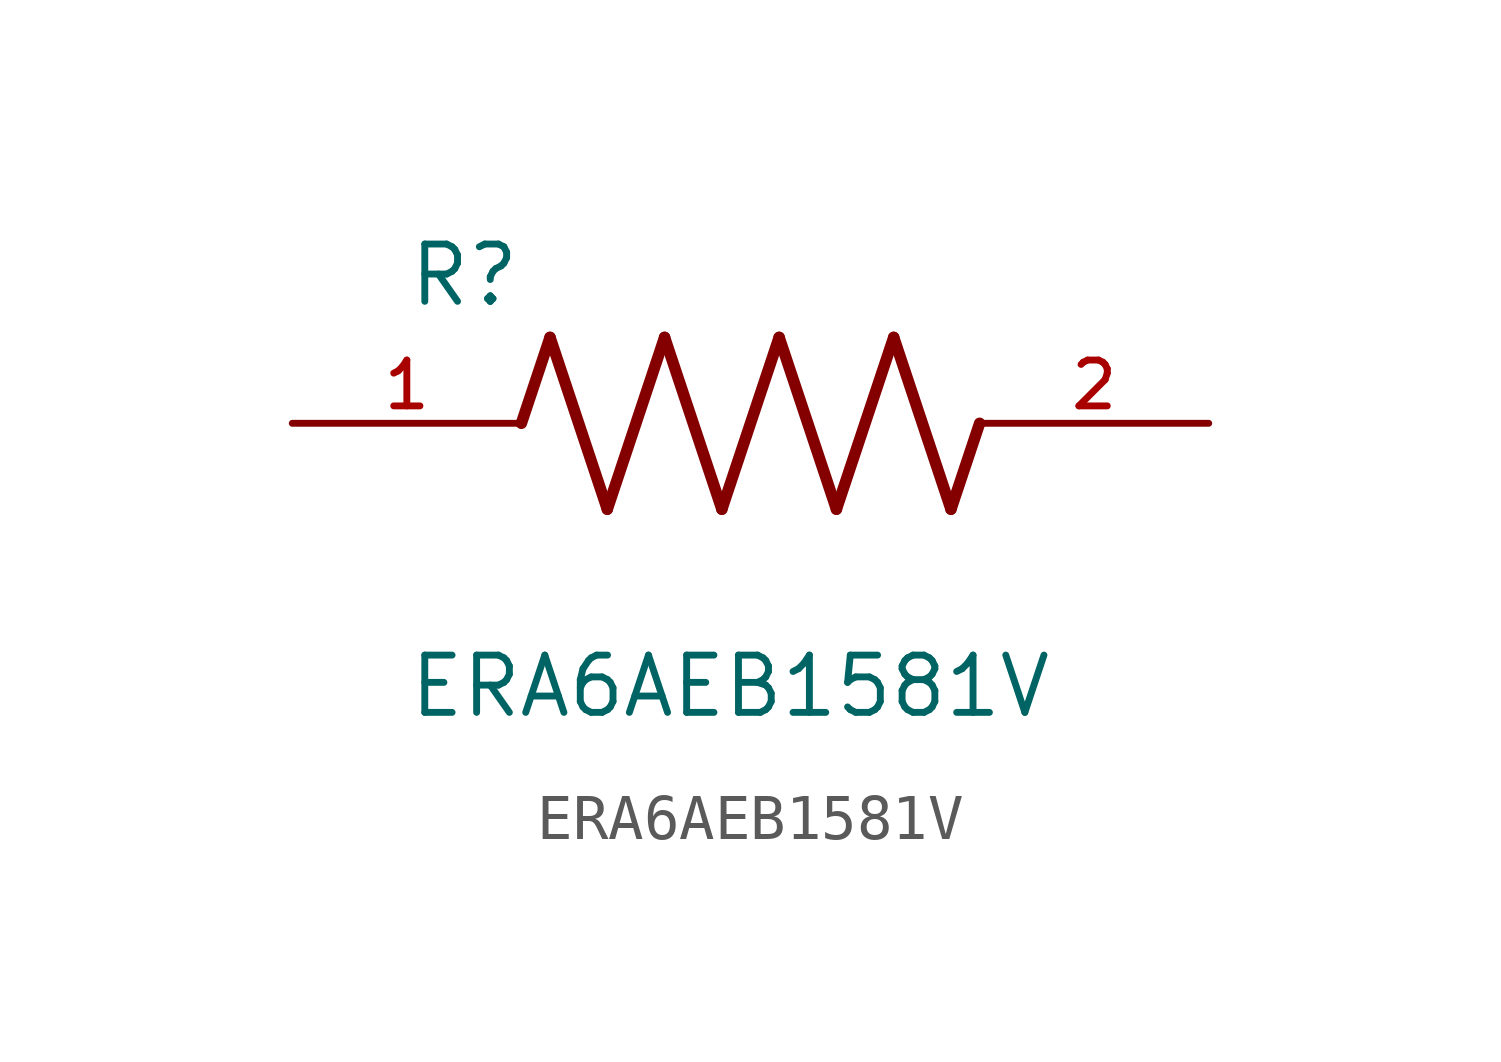
<source format=kicad_sym>
(kicad_symbol_lib
  (version 20211014)
  (generator kicad_symbol_editor)
  (symbol "ERA6AEB1581V"
    (pin_names
      (offset 1.016))
    (property "Reference" "R"
      (at -7.624 2.541 0)
      (effects (font (size 1.27 1.27)) (justify bottom left)))
    (property "Value" "ERA6AEB1581V"
      (at -7.624 -5.087 0)
      (effects (font (size 1.27 1.27)) (justify top left)))
    (symbol "ERA6AEB1581V_0_0"
      (polyline (pts (xy -5.08 0.0) (xy -4.445 1.905)) (stroke (width 0.254)))
      (polyline (pts (xy -4.445 1.905) (xy -3.175 -1.905)) (stroke (width 0.254)))
      (polyline (pts (xy -3.175 -1.905) (xy -1.905 1.905)) (stroke (width 0.254)))
      (polyline (pts (xy -1.905 1.905) (xy -0.635 -1.905)) (stroke (width 0.254)))
      (polyline (pts (xy -0.635 -1.905) (xy 0.635 1.905)) (stroke (width 0.254)))
      (polyline (pts (xy 0.635 1.905) (xy 1.905 -1.905)) (stroke (width 0.254)))
      (polyline (pts (xy 1.905 -1.905) (xy 3.175 1.905)) (stroke (width 0.254)))
      (polyline (pts (xy 3.175 1.905) (xy 4.445 -1.905)) (stroke (width 0.254)))
      (polyline (pts (xy 4.445 -1.905) (xy 5.08 0.0)) (stroke (width 0.254)))
      (pin passive line (at -10.16 0.0 0) (length 5.08) (name "~" (effects (font (size 1.016 1.016)))) (number "1" (effects (font (size 1.016 1.016)))))
      (pin passive line (at 10.16 0.0 180.0) (length 5.08) (name "~" (effects (font (size 1.016 1.016)))) (number "2" (effects (font (size 1.016 1.016))))))))
</source>
